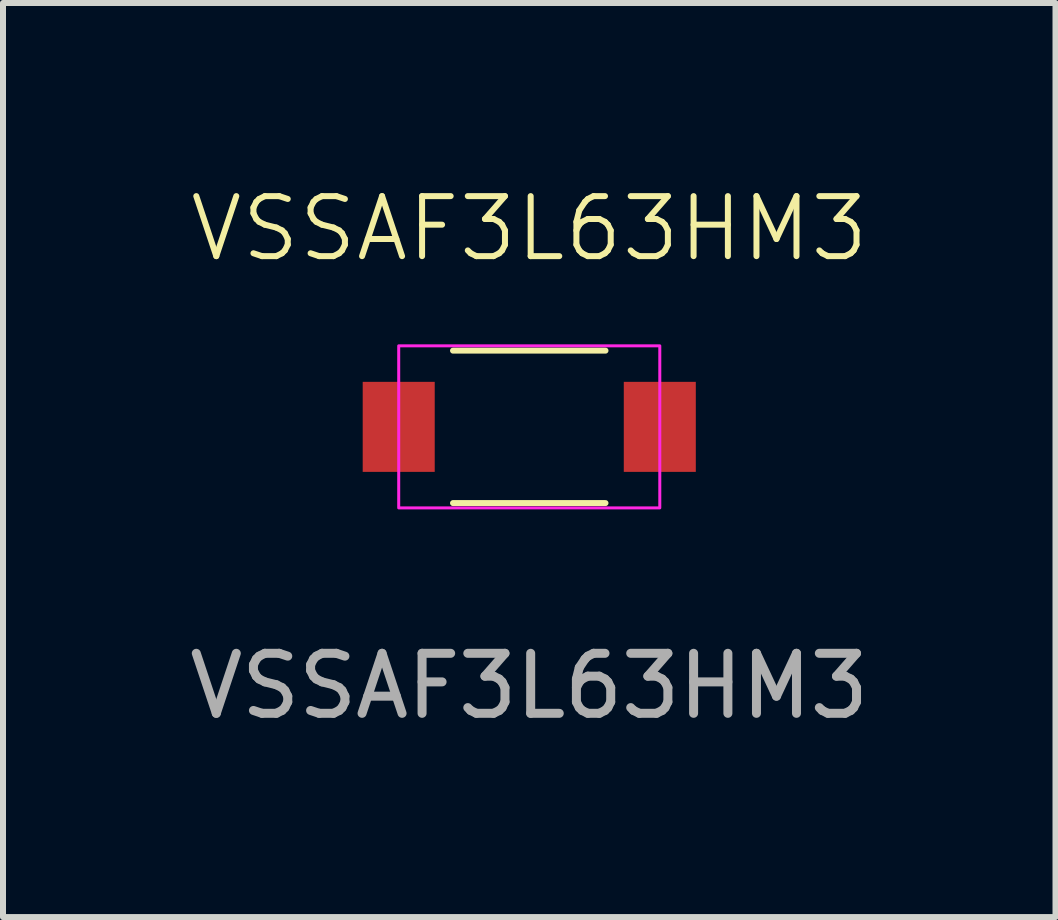
<source format=kicad_pcb>
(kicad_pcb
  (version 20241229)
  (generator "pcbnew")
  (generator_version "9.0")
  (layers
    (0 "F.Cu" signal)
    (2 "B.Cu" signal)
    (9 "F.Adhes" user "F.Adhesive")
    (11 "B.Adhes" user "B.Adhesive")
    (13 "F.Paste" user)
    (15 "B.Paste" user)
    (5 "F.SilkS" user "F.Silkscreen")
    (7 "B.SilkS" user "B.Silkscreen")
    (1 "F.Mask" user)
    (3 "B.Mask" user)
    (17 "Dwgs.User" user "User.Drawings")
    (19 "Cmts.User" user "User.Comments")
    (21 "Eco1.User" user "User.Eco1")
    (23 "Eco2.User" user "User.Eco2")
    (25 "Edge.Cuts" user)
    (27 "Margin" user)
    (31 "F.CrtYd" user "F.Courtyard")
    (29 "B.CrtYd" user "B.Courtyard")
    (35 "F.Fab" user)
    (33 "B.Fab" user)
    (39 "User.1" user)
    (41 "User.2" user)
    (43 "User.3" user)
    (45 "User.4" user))
  (footprint "VSSAF3L63HM3"
    (layer "F.Cu")
    (at 5.768 4.062)
    (property "Reference" "VSSAF3L63HM3" (at 0 -3.302 0) (unlocked yes) (layer "F.SilkS") (effects (font (size 1 1) (thickness 0.1))))
    (attr smd)
    (fp_line (start -1.27 -1.27) (end 1.27 -1.27) (stroke (width 0.1) (type default)) (layer "F.SilkS"))
    (fp_line (start -1.27 1.27) (end 1.27 1.27) (stroke (width 0.1) (type default)) (layer "F.SilkS"))
    (fp_rect (start -2.175 -1.35) (end 2.175 1.35) (stroke (width 0.05) (type solid)) (fill no) (layer "F.CrtYd"))
    (fp_text user "${REFERENCE}" (at 0 4.318 0) (unlocked yes) (layer "F.Fab") (effects (font (size 1 1) (thickness 0.15))))
    (pad "1" smd rect (at -2.175 0) (size 1.2 1.5) (layers "F.Cu" "F.Mask" "F.Paste"))
    (pad "2" smd rect (at 2.175 0) (size 1.2 1.5) (layers "F.Cu" "F.Mask" "F.Paste")))
  (gr_rect
    (start -3 -3)
    (end 14.536 12.229)
    (stroke (width 0.1) (type default))
    (fill no)
    (layer "Edge.Cuts")))
</source>
